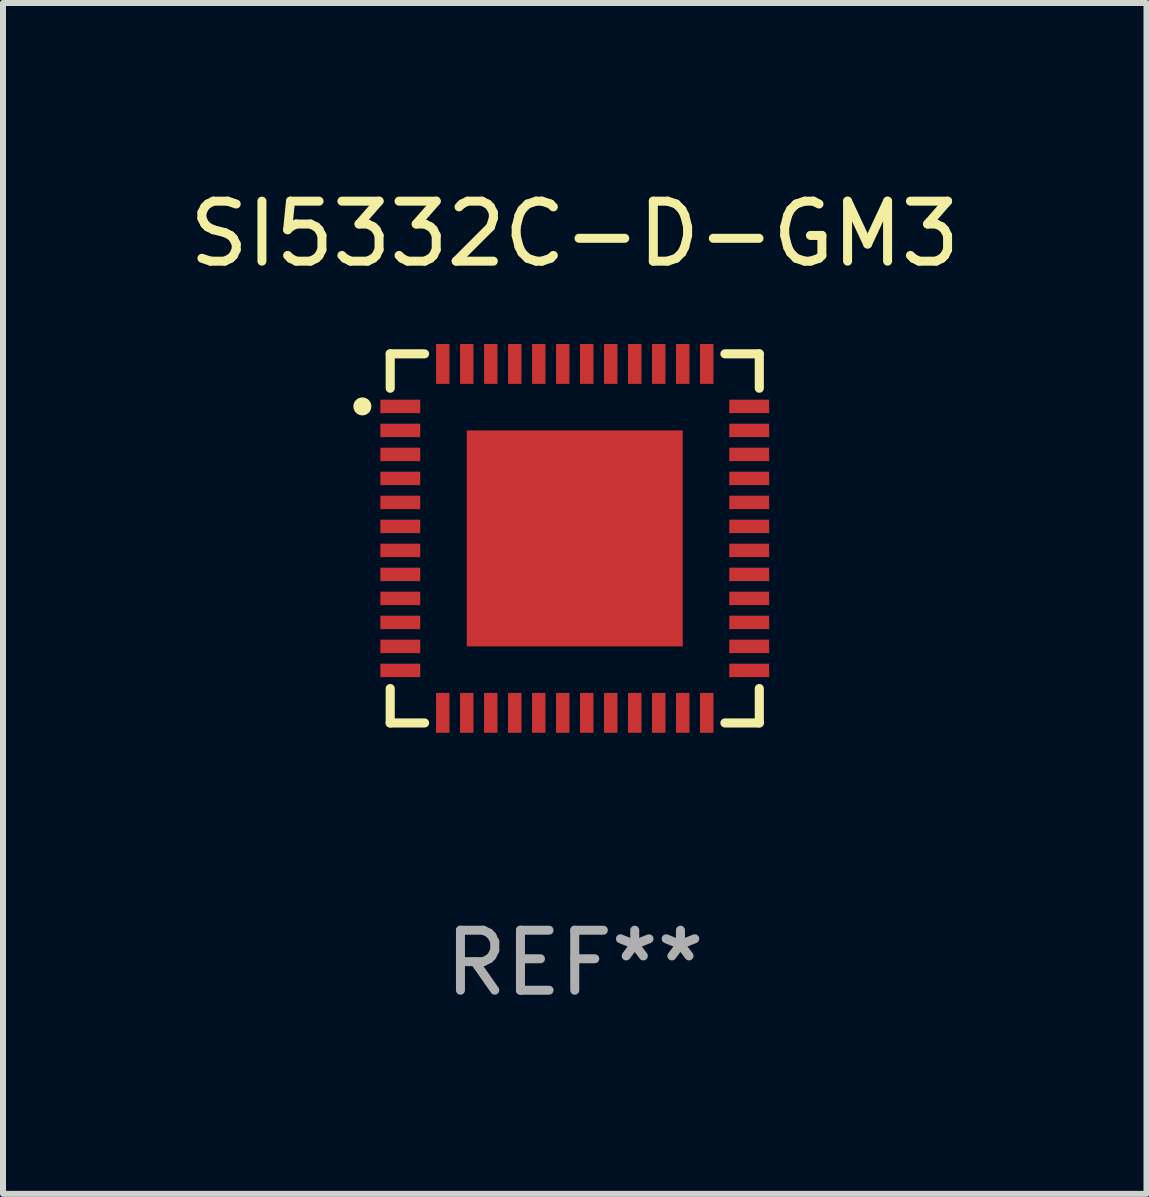
<source format=kicad_pcb>
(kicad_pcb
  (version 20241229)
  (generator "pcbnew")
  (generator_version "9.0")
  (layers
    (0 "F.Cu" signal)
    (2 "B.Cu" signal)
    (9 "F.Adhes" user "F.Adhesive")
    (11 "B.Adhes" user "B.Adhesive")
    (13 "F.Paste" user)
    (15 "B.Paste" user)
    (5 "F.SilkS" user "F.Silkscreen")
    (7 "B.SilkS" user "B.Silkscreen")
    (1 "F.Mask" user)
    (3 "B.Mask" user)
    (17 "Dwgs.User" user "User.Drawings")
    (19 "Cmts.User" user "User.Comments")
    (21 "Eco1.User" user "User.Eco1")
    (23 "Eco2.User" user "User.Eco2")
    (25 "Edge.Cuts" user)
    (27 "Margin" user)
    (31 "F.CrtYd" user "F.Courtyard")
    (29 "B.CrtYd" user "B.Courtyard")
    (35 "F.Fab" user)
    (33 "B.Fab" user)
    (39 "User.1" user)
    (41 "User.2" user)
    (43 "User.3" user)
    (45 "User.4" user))
  (footprint "SI5332C-D-GM3"
    (layer "F.Cu")
    (at 6.53 5.924)
    (property "Reference" "SI5332C-D-GM3" (at 0 -5.076 0) (layer "F.SilkS") (effects (font (size 1 1) (thickness 0.15))))
    (attr through_hole)
    (fp_line (start -3.076 -3.076) (end -3.076 -2.503) (stroke (width 0.152) (type solid)) (layer "F.SilkS"))
    (fp_line (start -3.076 3.076) (end -3.076 2.503) (stroke (width 0.152) (type solid)) (layer "F.SilkS"))
    (fp_line (start -2.503 -3.076) (end -3.076 -3.076) (stroke (width 0.152) (type solid)) (layer "F.SilkS"))
    (fp_line (start -2.503 3.076) (end -3.076 3.076) (stroke (width 0.152) (type solid)) (layer "F.SilkS"))
    (fp_line (start 2.503 -3.076) (end 3.076 -3.076) (stroke (width 0.152) (type solid)) (layer "F.SilkS"))
    (fp_line (start 2.503 3.076) (end 3.076 3.076) (stroke (width 0.152) (type solid)) (layer "F.SilkS"))
    (fp_line (start 3.076 -3.076) (end 3.076 -2.503) (stroke (width 0.152) (type solid)) (layer "F.SilkS"))
    (fp_line (start 3.076 3.076) (end 3.076 2.503) (stroke (width 0.152) (type solid)) (layer "F.SilkS"))
    (fp_circle (center -3.54 -2.2) (end -3.465 -2.2) (stroke (width 0.15) (type solid)) (fill no) (layer "F.SilkS"))
    (fp_text user "REF**" (at 0 7.076 0) (layer "F.Fab") (effects (font (size 1 1) (thickness 0.15))))
    (pad "1" smd rect (at -2.908 -2.2) (size 0.665 0.224) (layers "F.Cu" "F.Mask" "F.Paste"))
    (pad "2" smd rect (at -2.908 -1.8) (size 0.665 0.224) (layers "F.Cu" "F.Mask" "F.Paste"))
    (pad "3" smd rect (at -2.908 -1.4) (size 0.665 0.224) (layers "F.Cu" "F.Mask" "F.Paste"))
    (pad "4" smd rect (at -2.908 -1) (size 0.665 0.224) (layers "F.Cu" "F.Mask" "F.Paste"))
    (pad "5" smd rect (at -2.908 -0.6) (size 0.665 0.224) (layers "F.Cu" "F.Mask" "F.Paste"))
    (pad "6" smd rect (at -2.908 -0.2) (size 0.665 0.224) (layers "F.Cu" "F.Mask" "F.Paste"))
    (pad "7" smd rect (at -2.908 0.2) (size 0.665 0.224) (layers "F.Cu" "F.Mask" "F.Paste"))
    (pad "8" smd rect (at -2.908 0.6) (size 0.665 0.224) (layers "F.Cu" "F.Mask" "F.Paste"))
    (pad "9" smd rect (at -2.908 1) (size 0.665 0.224) (layers "F.Cu" "F.Mask" "F.Paste"))
    (pad "10" smd rect (at -2.908 1.4) (size 0.665 0.224) (layers "F.Cu" "F.Mask" "F.Paste"))
    (pad "11" smd rect (at -2.908 1.8) (size 0.665 0.224) (layers "F.Cu" "F.Mask" "F.Paste"))
    (pad "12" smd rect (at -2.908 2.2) (size 0.665 0.224) (layers "F.Cu" "F.Mask" "F.Paste"))
    (pad "13" smd rect (at -2.2 2.908) (size 0.224 0.665) (layers "F.Cu" "F.Mask" "F.Paste"))
    (pad "14" smd rect (at -1.8 2.908) (size 0.224 0.665) (layers "F.Cu" "F.Mask" "F.Paste"))
    (pad "15" smd rect (at -1.4 2.908) (size 0.224 0.665) (layers "F.Cu" "F.Mask" "F.Paste"))
    (pad "16" smd rect (at -1 2.908) (size 0.224 0.665) (layers "F.Cu" "F.Mask" "F.Paste"))
    (pad "17" smd rect (at -0.6 2.908) (size 0.224 0.665) (layers "F.Cu" "F.Mask" "F.Paste"))
    (pad "18" smd rect (at -0.2 2.908) (size 0.224 0.665) (layers "F.Cu" "F.Mask" "F.Paste"))
    (pad "19" smd rect (at 0.2 2.908) (size 0.224 0.665) (layers "F.Cu" "F.Mask" "F.Paste"))
    (pad "20" smd rect (at 0.6 2.908) (size 0.224 0.665) (layers "F.Cu" "F.Mask" "F.Paste"))
    (pad "21" smd rect (at 1 2.908) (size 0.224 0.665) (layers "F.Cu" "F.Mask" "F.Paste"))
    (pad "22" smd rect (at 1.4 2.908) (size 0.224 0.665) (layers "F.Cu" "F.Mask" "F.Paste"))
    (pad "23" smd rect (at 1.8 2.908) (size 0.224 0.665) (layers "F.Cu" "F.Mask" "F.Paste"))
    (pad "24" smd rect (at 2.2 2.908) (size 0.224 0.665) (layers "F.Cu" "F.Mask" "F.Paste"))
    (pad "25" smd rect (at 2.908 2.2) (size 0.665 0.224) (layers "F.Cu" "F.Mask" "F.Paste"))
    (pad "26" smd rect (at 2.908 1.8) (size 0.665 0.224) (layers "F.Cu" "F.Mask" "F.Paste"))
    (pad "27" smd rect (at 2.908 1.4) (size 0.665 0.224) (layers "F.Cu" "F.Mask" "F.Paste"))
    (pad "28" smd rect (at 2.908 1) (size 0.665 0.224) (layers "F.Cu" "F.Mask" "F.Paste"))
    (pad "29" smd rect (at 2.908 0.6) (size 0.665 0.224) (layers "F.Cu" "F.Mask" "F.Paste"))
    (pad "30" smd rect (at 2.908 0.2) (size 0.665 0.224) (layers "F.Cu" "F.Mask" "F.Paste"))
    (pad "31" smd rect (at 2.908 -0.2) (size 0.665 0.224) (layers "F.Cu" "F.Mask" "F.Paste"))
    (pad "32" smd rect (at 2.908 -0.6) (size 0.665 0.224) (layers "F.Cu" "F.Mask" "F.Paste"))
    (pad "33" smd rect (at 2.908 -1) (size 0.665 0.224) (layers "F.Cu" "F.Mask" "F.Paste"))
    (pad "34" smd rect (at 2.908 -1.4) (size 0.665 0.224) (layers "F.Cu" "F.Mask" "F.Paste"))
    (pad "35" smd rect (at 2.908 -1.8) (size 0.665 0.224) (layers "F.Cu" "F.Mask" "F.Paste"))
    (pad "36" smd rect (at 2.908 -2.2) (size 0.665 0.224) (layers "F.Cu" "F.Mask" "F.Paste"))
    (pad "37" smd rect (at 2.2 -2.908) (size 0.224 0.665) (layers "F.Cu" "F.Mask" "F.Paste"))
    (pad "38" smd rect (at 1.8 -2.908) (size 0.224 0.665) (layers "F.Cu" "F.Mask" "F.Paste"))
    (pad "39" smd rect (at 1.4 -2.908) (size 0.224 0.665) (layers "F.Cu" "F.Mask" "F.Paste"))
    (pad "40" smd rect (at 1 -2.908) (size 0.224 0.665) (layers "F.Cu" "F.Mask" "F.Paste"))
    (pad "41" smd rect (at 0.6 -2.908) (size 0.224 0.665) (layers "F.Cu" "F.Mask" "F.Paste"))
    (pad "42" smd rect (at 0.2 -2.908) (size 0.224 0.665) (layers "F.Cu" "F.Mask" "F.Paste"))
    (pad "43" smd rect (at -0.2 -2.908) (size 0.224 0.665) (layers "F.Cu" "F.Mask" "F.Paste"))
    (pad "44" smd rect (at -0.6 -2.908) (size 0.224 0.665) (layers "F.Cu" "F.Mask" "F.Paste"))
    (pad "45" smd rect (at -1 -2.908) (size 0.224 0.665) (layers "F.Cu" "F.Mask" "F.Paste"))
    (pad "46" smd rect (at -1.4 -2.908) (size 0.224 0.665) (layers "F.Cu" "F.Mask" "F.Paste"))
    (pad "47" smd rect (at -1.8 -2.908) (size 0.224 0.665) (layers "F.Cu" "F.Mask" "F.Paste"))
    (pad "48" smd rect (at -2.2 -2.908) (size 0.224 0.665) (layers "F.Cu" "F.Mask" "F.Paste"))
    (pad "49" smd rect (at 0 0) (size 3.6 3.6) (layers "F.Cu" "F.Mask" "F.Paste")))
  (gr_rect
    (start -3 -3)
    (end 16.06 16.849)
    (stroke (width 0.1) (type default))
    (fill no)
    (layer "Edge.Cuts")))
</source>
